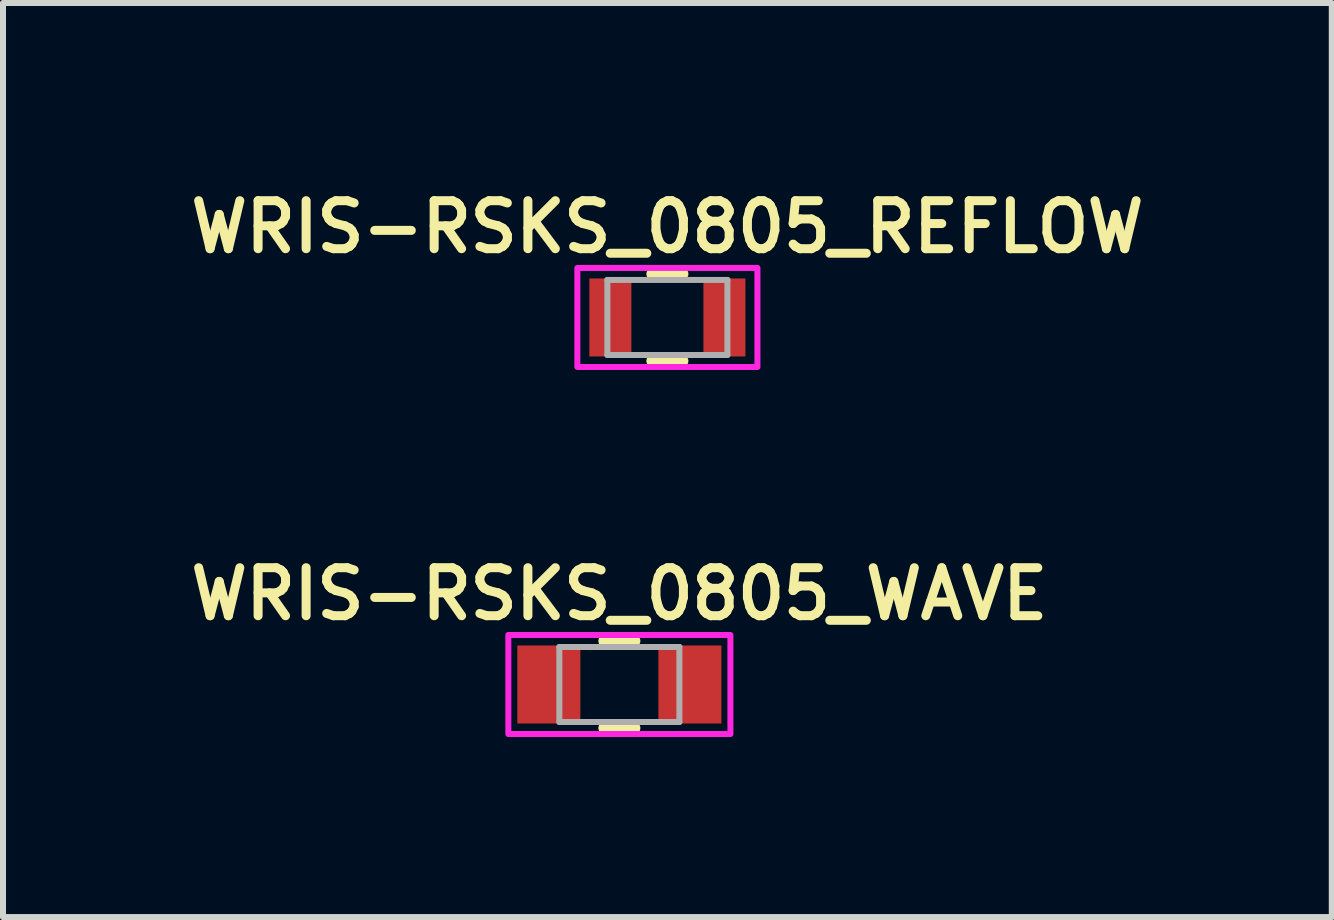
<source format=kicad_pcb>
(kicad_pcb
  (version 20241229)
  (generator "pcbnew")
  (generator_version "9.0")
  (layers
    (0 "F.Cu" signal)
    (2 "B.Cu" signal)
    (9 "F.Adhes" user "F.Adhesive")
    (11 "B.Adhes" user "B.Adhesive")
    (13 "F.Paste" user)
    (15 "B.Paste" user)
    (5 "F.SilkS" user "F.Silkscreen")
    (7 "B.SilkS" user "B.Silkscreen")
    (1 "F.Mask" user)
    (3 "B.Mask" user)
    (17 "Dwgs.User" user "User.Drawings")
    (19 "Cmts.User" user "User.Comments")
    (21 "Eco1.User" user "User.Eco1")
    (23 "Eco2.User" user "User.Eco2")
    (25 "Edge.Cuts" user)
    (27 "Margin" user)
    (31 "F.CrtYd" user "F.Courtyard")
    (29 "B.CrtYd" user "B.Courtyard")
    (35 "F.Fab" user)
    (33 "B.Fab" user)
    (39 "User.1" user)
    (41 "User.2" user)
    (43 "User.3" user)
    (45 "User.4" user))
  (footprint "WRIS-RSKS_0805_REFLOW"
    (layer "F.Cu")
    (at 8.069 2.239)
    (property "Reference" "WRIS-RSKS_0805_REFLOW" (at 0 -1.508 0) (layer "F.SilkS") (effects (font (size 0.8 0.8) (thickness 0.15))))
    (attr smd)
    (fp_line (start -0.25 -0.725) (end 0.25 -0.725) (stroke (width 0.2) (type solid)) (layer "F.SilkS"))
    (fp_line (start -0.25 0.725) (end 0.25 0.725) (stroke (width 0.2) (type solid)) (layer "F.SilkS"))
    (fp_poly (pts (xy -1.5 -0.825) (xy 1.5 -0.825) (xy 1.5 0.825) (xy -1.5 0.825)) (stroke (width 0.1) (type solid)) (fill no) (layer "F.CrtYd"))
    (fp_line (start -1 -0.625) (end 1 -0.625) (stroke (width 0.1) (type solid)) (layer "F.Fab"))
    (fp_line (start -1 0.625) (end -1 -0.625) (stroke (width 0.1) (type solid)) (layer "F.Fab"))
    (fp_line (start 1 -0.625) (end 1 0.625) (stroke (width 0.1) (type solid)) (layer "F.Fab"))
    (fp_line (start 1 0.625) (end -1 0.625) (stroke (width 0.1) (type solid)) (layer "F.Fab"))
    (pad "1" smd rect (at -0.95 0) (size 0.7 1.3) (layers "F.Cu" "F.Mask" "F.Paste"))
    (pad "2" smd rect (at 0.95 0) (size 0.7 1.3) (layers "F.Cu" "F.Mask" "F.Paste")))
  (footprint "WRIS-RSKS_0805_WAVE"
    (layer "F.Cu")
    (at 7.269 8.354)
    (property "Reference" "WRIS-RSKS_0805_WAVE" (at 0 -1.508 0) (layer "F.SilkS") (effects (font (size 0.8 0.8) (thickness 0.15))))
    (attr smd)
    (fp_line (start -0.25 -0.725) (end 0.25 -0.725) (stroke (width 0.2) (type solid)) (layer "F.SilkS"))
    (fp_line (start -0.25 0.725) (end 0.25 0.725) (stroke (width 0.2) (type solid)) (layer "F.SilkS"))
    (fp_poly (pts (xy -1.85 -0.825) (xy 1.85 -0.825) (xy 1.85 0.825) (xy -1.85 0.825)) (stroke (width 0.1) (type solid)) (fill no) (layer "F.CrtYd"))
    (fp_line (start -1 -0.625) (end 1 -0.625) (stroke (width 0.1) (type solid)) (layer "F.Fab"))
    (fp_line (start -1 0.625) (end -1 -0.625) (stroke (width 0.1) (type solid)) (layer "F.Fab"))
    (fp_line (start 1 -0.625) (end 1 0.625) (stroke (width 0.1) (type solid)) (layer "F.Fab"))
    (fp_line (start 1 0.625) (end -1 0.625) (stroke (width 0.1) (type solid)) (layer "F.Fab"))
    (pad "1" smd rect (at -1.175 0) (size 1.05 1.3) (layers "F.Cu" "F.Mask" "F.Paste"))
    (pad "2" smd rect (at 1.175 0) (size 1.05 1.3) (layers "F.Cu" "F.Mask" "F.Paste")))
  (gr_rect
    (start -3 -3)
    (end 19.138 12.229)
    (stroke (width 0.1) (type default))
    (fill no)
    (layer "Edge.Cuts")))
</source>
